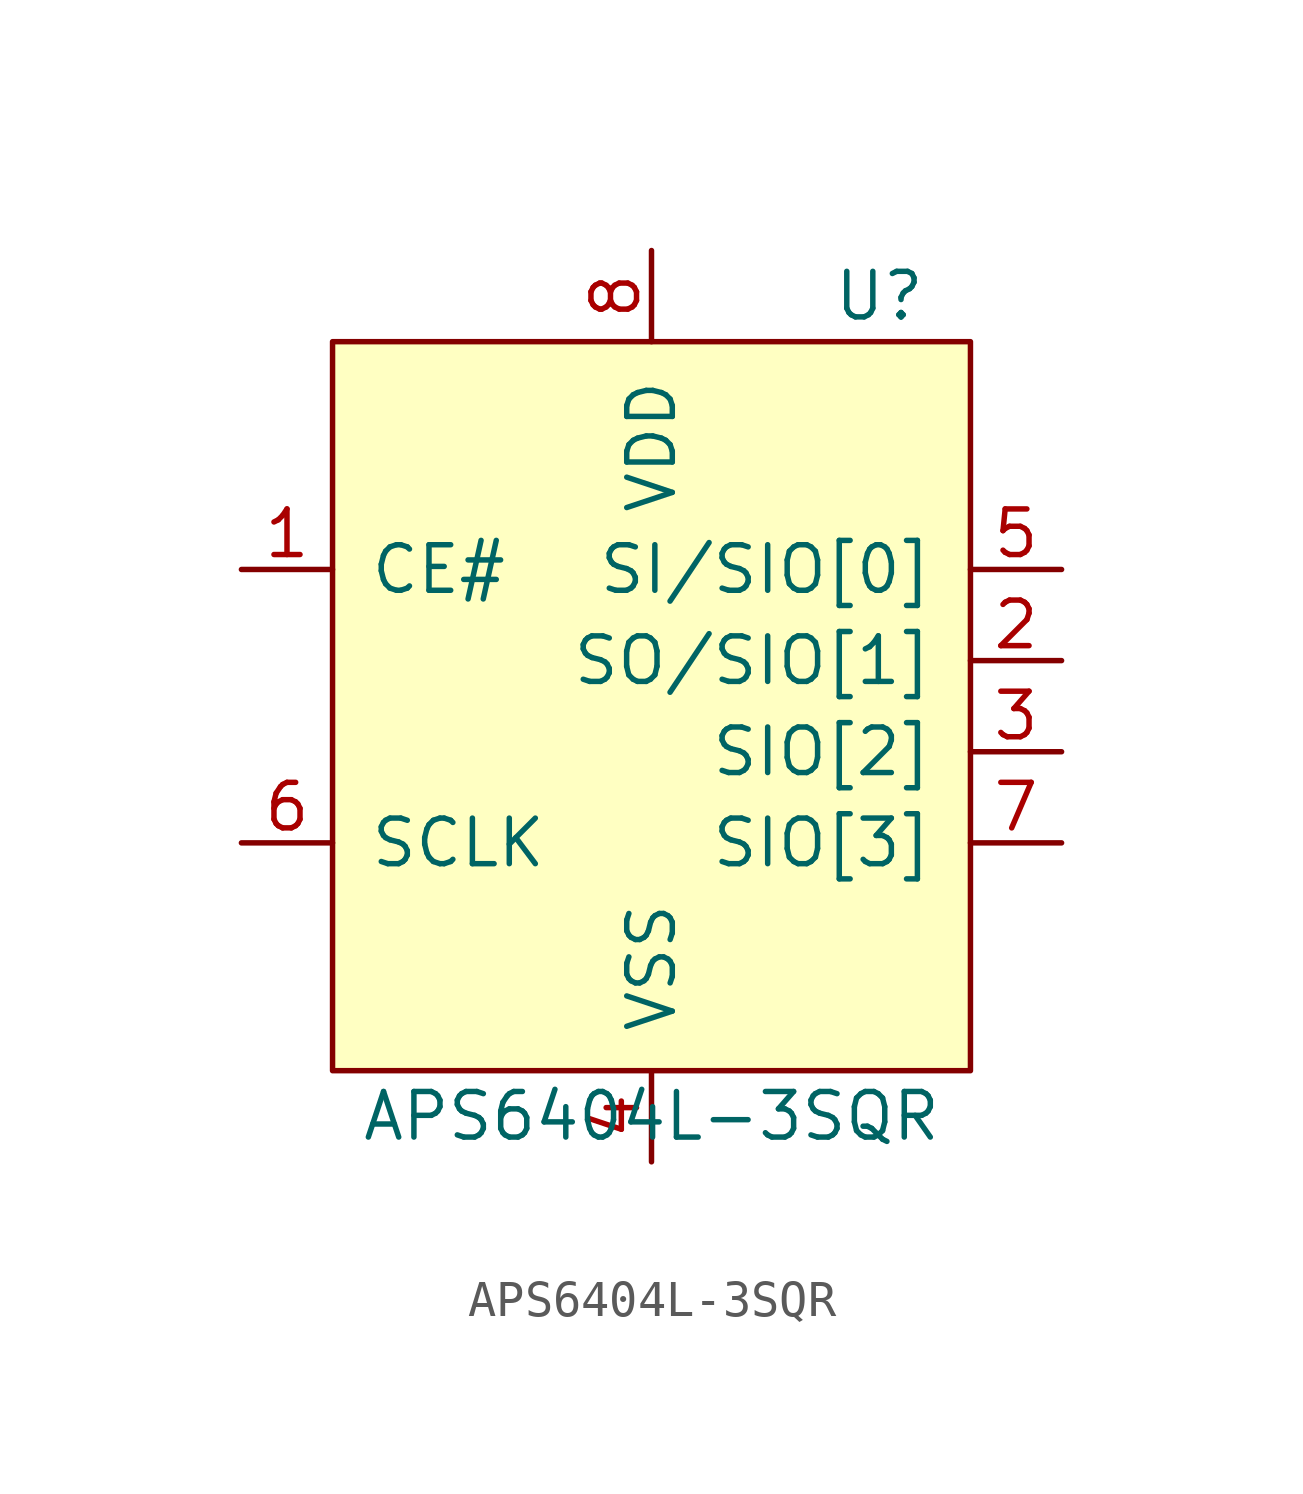
<source format=kicad_sym>
(kicad_symbol_lib
  (version 20211014)
  (generator kicad_symbol_editor)
  (symbol "APS6404L-3SQR"
    (pin_names
      (offset 1.016))
    (property "Reference" "U"
      (at 6.35 10.16 0)
      (effects (font (size 1.27 1.27))))
    (property "Value" "APS6404L-3SQR"
      (at 0 -12.7 0)
      (effects (font (size 1.27 1.27))))
    (symbol "APS6404L-3SQR_0_0"
      (pin input line (at -11.43 2.54 0) (length 2.54) (name "CE#" (effects (font (size 1.27 1.27)))) (number "1" (effects (font (size 1.27 1.27)))))
      (pin bidirectional line (at 11.43 0 180) (length 2.54) (name "SO/SIO[1]" (effects (font (size 1.27 1.27)))) (number "2" (effects (font (size 1.27 1.27)))))
      (pin bidirectional line (at 11.43 -2.54 180) (length 2.54) (name "SIO[2]" (effects (font (size 1.27 1.27)))) (number "3" (effects (font (size 1.27 1.27)))))
      (pin power_in line (at 0 -13.97 90) (length 2.54) (name "VSS" (effects (font (size 1.27 1.27)))) (number "4" (effects (font (size 1.27 1.27)))))
      (pin bidirectional line (at 11.43 2.54 180) (length 2.54) (name "SI/SIO[0]" (effects (font (size 1.27 1.27)))) (number "5" (effects (font (size 1.27 1.27)))))
      (pin input line (at -11.43 -5.08 0) (length 2.54) (name "SCLK" (effects (font (size 1.27 1.27)))) (number "6" (effects (font (size 1.27 1.27)))))
      (pin bidirectional line (at 11.43 -5.08 180) (length 2.54) (name "SIO[3]" (effects (font (size 1.27 1.27)))) (number "7" (effects (font (size 1.27 1.27)))))
      (pin power_in line (at 0 11.43 270) (length 2.54) (name "VDD" (effects (font (size 1.27 1.27)))) (number "8" (effects (font (size 1.27 1.27))))))
    (symbol "APS6404L-3SQR_0_1"
      (rectangle (start -8.89 8.89) (end 8.89 -11.43) (stroke (width 0) (type default) (color 0 0 0 0)) (fill (type background))))))
</source>
